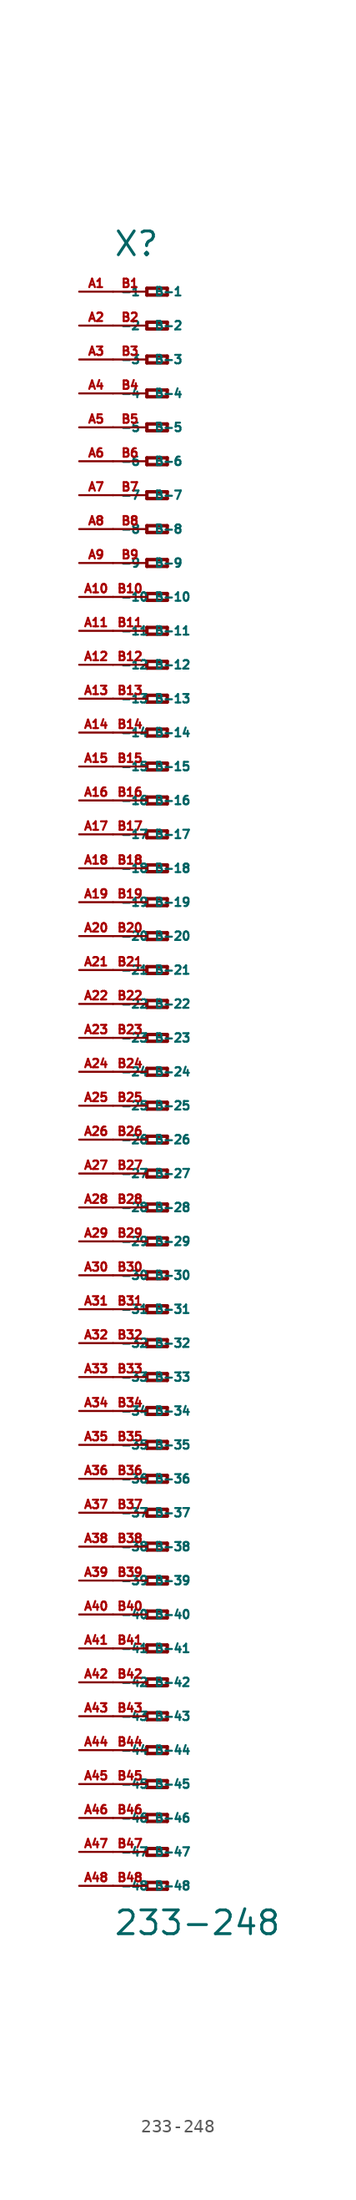
<source format=kicad_sym>
(kicad_symbol_lib
  (version 20220914)
  (generator Eagle2Kicad)
  (symbol "233-248"
    (property "Reference" "X"
      (at -5.08 60.96 0)
      (effects (font (size 1.778 1.778) (thickness 0.22)) (justify left bottom)))
    (property "Value" "233-248"
      (at -5.08 -64.77 0)
      (effects (font (size 1.778 1.778) (thickness 0.22)) (justify left bottom)))
    (polyline
      (pts (xy -2.54 58.674) (xy -2.54 58.166))
      (stroke (width 0.254) (type default))
      (fill (type none)))
    (polyline
      (pts (xy -2.54 58.166) (xy -1.016 58.166))
      (stroke (width 0.254) (type default))
      (fill (type none)))
    (polyline
      (pts (xy -1.016 58.166) (xy -1.016 58.674))
      (stroke (width 0.254) (type default))
      (fill (type none)))
    (polyline
      (pts (xy -1.016 58.674) (xy -2.54 58.674))
      (stroke (width 0.254) (type default))
      (fill (type none)))
    (polyline
      (pts (xy -2.54 56.134) (xy -2.54 55.626))
      (stroke (width 0.254) (type default))
      (fill (type none)))
    (polyline
      (pts (xy -2.54 55.626) (xy -1.016 55.626))
      (stroke (width 0.254) (type default))
      (fill (type none)))
    (polyline
      (pts (xy -1.016 55.626) (xy -1.016 56.134))
      (stroke (width 0.254) (type default))
      (fill (type none)))
    (polyline
      (pts (xy -1.016 56.134) (xy -2.54 56.134))
      (stroke (width 0.254) (type default))
      (fill (type none)))
    (polyline
      (pts (xy -2.54 53.594) (xy -2.54 53.086))
      (stroke (width 0.254) (type default))
      (fill (type none)))
    (polyline
      (pts (xy -2.54 53.086) (xy -1.016 53.086))
      (stroke (width 0.254) (type default))
      (fill (type none)))
    (polyline
      (pts (xy -1.016 53.086) (xy -1.016 53.594))
      (stroke (width 0.254) (type default))
      (fill (type none)))
    (polyline
      (pts (xy -1.016 53.594) (xy -2.54 53.594))
      (stroke (width 0.254) (type default))
      (fill (type none)))
    (polyline
      (pts (xy -2.54 51.054) (xy -2.54 50.546))
      (stroke (width 0.254) (type default))
      (fill (type none)))
    (polyline
      (pts (xy -2.54 50.546) (xy -1.016 50.546))
      (stroke (width 0.254) (type default))
      (fill (type none)))
    (polyline
      (pts (xy -1.016 50.546) (xy -1.016 51.054))
      (stroke (width 0.254) (type default))
      (fill (type none)))
    (polyline
      (pts (xy -1.016 51.054) (xy -2.54 51.054))
      (stroke (width 0.254) (type default))
      (fill (type none)))
    (polyline
      (pts (xy -2.54 48.514) (xy -2.54 48.006))
      (stroke (width 0.254) (type default))
      (fill (type none)))
    (polyline
      (pts (xy -2.54 48.006) (xy -1.016 48.006))
      (stroke (width 0.254) (type default))
      (fill (type none)))
    (polyline
      (pts (xy -1.016 48.006) (xy -1.016 48.514))
      (stroke (width 0.254) (type default))
      (fill (type none)))
    (polyline
      (pts (xy -1.016 48.514) (xy -2.54 48.514))
      (stroke (width 0.254) (type default))
      (fill (type none)))
    (polyline
      (pts (xy -2.54 45.974) (xy -2.54 45.466))
      (stroke (width 0.254) (type default))
      (fill (type none)))
    (polyline
      (pts (xy -2.54 45.466) (xy -1.016 45.466))
      (stroke (width 0.254) (type default))
      (fill (type none)))
    (polyline
      (pts (xy -1.016 45.466) (xy -1.016 45.974))
      (stroke (width 0.254) (type default))
      (fill (type none)))
    (polyline
      (pts (xy -1.016 45.974) (xy -2.54 45.974))
      (stroke (width 0.254) (type default))
      (fill (type none)))
    (polyline
      (pts (xy -2.54 43.434) (xy -2.54 42.926))
      (stroke (width 0.254) (type default))
      (fill (type none)))
    (polyline
      (pts (xy -2.54 42.926) (xy -1.016 42.926))
      (stroke (width 0.254) (type default))
      (fill (type none)))
    (polyline
      (pts (xy -1.016 42.926) (xy -1.016 43.434))
      (stroke (width 0.254) (type default))
      (fill (type none)))
    (polyline
      (pts (xy -1.016 43.434) (xy -2.54 43.434))
      (stroke (width 0.254) (type default))
      (fill (type none)))
    (polyline
      (pts (xy -2.54 40.894) (xy -2.54 40.386))
      (stroke (width 0.254) (type default))
      (fill (type none)))
    (polyline
      (pts (xy -2.54 40.386) (xy -1.016 40.386))
      (stroke (width 0.254) (type default))
      (fill (type none)))
    (polyline
      (pts (xy -1.016 40.386) (xy -1.016 40.894))
      (stroke (width 0.254) (type default))
      (fill (type none)))
    (polyline
      (pts (xy -1.016 40.894) (xy -2.54 40.894))
      (stroke (width 0.254) (type default))
      (fill (type none)))
    (polyline
      (pts (xy -2.54 38.354) (xy -2.54 37.846))
      (stroke (width 0.254) (type default))
      (fill (type none)))
    (polyline
      (pts (xy -2.54 37.846) (xy -1.016 37.846))
      (stroke (width 0.254) (type default))
      (fill (type none)))
    (polyline
      (pts (xy -1.016 37.846) (xy -1.016 38.354))
      (stroke (width 0.254) (type default))
      (fill (type none)))
    (polyline
      (pts (xy -1.016 38.354) (xy -2.54 38.354))
      (stroke (width 0.254) (type default))
      (fill (type none)))
    (polyline
      (pts (xy -2.54 35.814) (xy -2.54 35.306))
      (stroke (width 0.254) (type default))
      (fill (type none)))
    (polyline
      (pts (xy -2.54 35.306) (xy -1.016 35.306))
      (stroke (width 0.254) (type default))
      (fill (type none)))
    (polyline
      (pts (xy -1.016 35.306) (xy -1.016 35.814))
      (stroke (width 0.254) (type default))
      (fill (type none)))
    (polyline
      (pts (xy -1.016 35.814) (xy -2.54 35.814))
      (stroke (width 0.254) (type default))
      (fill (type none)))
    (polyline
      (pts (xy -2.54 33.274) (xy -2.54 32.766))
      (stroke (width 0.254) (type default))
      (fill (type none)))
    (polyline
      (pts (xy -2.54 32.766) (xy -1.016 32.766))
      (stroke (width 0.254) (type default))
      (fill (type none)))
    (polyline
      (pts (xy -1.016 32.766) (xy -1.016 33.274))
      (stroke (width 0.254) (type default))
      (fill (type none)))
    (polyline
      (pts (xy -1.016 33.274) (xy -2.54 33.274))
      (stroke (width 0.254) (type default))
      (fill (type none)))
    (polyline
      (pts (xy -2.54 30.734) (xy -2.54 30.226))
      (stroke (width 0.254) (type default))
      (fill (type none)))
    (polyline
      (pts (xy -2.54 30.226) (xy -1.016 30.226))
      (stroke (width 0.254) (type default))
      (fill (type none)))
    (polyline
      (pts (xy -1.016 30.226) (xy -1.016 30.734))
      (stroke (width 0.254) (type default))
      (fill (type none)))
    (polyline
      (pts (xy -1.016 30.734) (xy -2.54 30.734))
      (stroke (width 0.254) (type default))
      (fill (type none)))
    (polyline
      (pts (xy -2.54 28.194) (xy -2.54 27.686))
      (stroke (width 0.254) (type default))
      (fill (type none)))
    (polyline
      (pts (xy -2.54 27.686) (xy -1.016 27.686))
      (stroke (width 0.254) (type default))
      (fill (type none)))
    (polyline
      (pts (xy -1.016 27.686) (xy -1.016 28.194))
      (stroke (width 0.254) (type default))
      (fill (type none)))
    (polyline
      (pts (xy -1.016 28.194) (xy -2.54 28.194))
      (stroke (width 0.254) (type default))
      (fill (type none)))
    (polyline
      (pts (xy -2.54 25.654) (xy -2.54 25.146))
      (stroke (width 0.254) (type default))
      (fill (type none)))
    (polyline
      (pts (xy -2.54 25.146) (xy -1.016 25.146))
      (stroke (width 0.254) (type default))
      (fill (type none)))
    (polyline
      (pts (xy -1.016 25.146) (xy -1.016 25.654))
      (stroke (width 0.254) (type default))
      (fill (type none)))
    (polyline
      (pts (xy -1.016 25.654) (xy -2.54 25.654))
      (stroke (width 0.254) (type default))
      (fill (type none)))
    (polyline
      (pts (xy -2.54 23.114) (xy -2.54 22.606))
      (stroke (width 0.254) (type default))
      (fill (type none)))
    (polyline
      (pts (xy -2.54 22.606) (xy -1.016 22.606))
      (stroke (width 0.254) (type default))
      (fill (type none)))
    (polyline
      (pts (xy -1.016 22.606) (xy -1.016 23.114))
      (stroke (width 0.254) (type default))
      (fill (type none)))
    (polyline
      (pts (xy -1.016 23.114) (xy -2.54 23.114))
      (stroke (width 0.254) (type default))
      (fill (type none)))
    (polyline
      (pts (xy -2.54 20.574) (xy -2.54 20.066))
      (stroke (width 0.254) (type default))
      (fill (type none)))
    (polyline
      (pts (xy -2.54 20.066) (xy -1.016 20.066))
      (stroke (width 0.254) (type default))
      (fill (type none)))
    (polyline
      (pts (xy -1.016 20.066) (xy -1.016 20.574))
      (stroke (width 0.254) (type default))
      (fill (type none)))
    (polyline
      (pts (xy -1.016 20.574) (xy -2.54 20.574))
      (stroke (width 0.254) (type default))
      (fill (type none)))
    (polyline
      (pts (xy -2.54 18.034) (xy -2.54 17.526))
      (stroke (width 0.254) (type default))
      (fill (type none)))
    (polyline
      (pts (xy -2.54 17.526) (xy -1.016 17.526))
      (stroke (width 0.254) (type default))
      (fill (type none)))
    (polyline
      (pts (xy -1.016 17.526) (xy -1.016 18.034))
      (stroke (width 0.254) (type default))
      (fill (type none)))
    (polyline
      (pts (xy -1.016 18.034) (xy -2.54 18.034))
      (stroke (width 0.254) (type default))
      (fill (type none)))
    (polyline
      (pts (xy -2.54 15.494) (xy -2.54 14.986))
      (stroke (width 0.254) (type default))
      (fill (type none)))
    (polyline
      (pts (xy -2.54 14.986) (xy -1.016 14.986))
      (stroke (width 0.254) (type default))
      (fill (type none)))
    (polyline
      (pts (xy -1.016 14.986) (xy -1.016 15.494))
      (stroke (width 0.254) (type default))
      (fill (type none)))
    (polyline
      (pts (xy -1.016 15.494) (xy -2.54 15.494))
      (stroke (width 0.254) (type default))
      (fill (type none)))
    (polyline
      (pts (xy -2.54 12.954) (xy -2.54 12.446))
      (stroke (width 0.254) (type default))
      (fill (type none)))
    (polyline
      (pts (xy -2.54 12.446) (xy -1.016 12.446))
      (stroke (width 0.254) (type default))
      (fill (type none)))
    (polyline
      (pts (xy -1.016 12.446) (xy -1.016 12.954))
      (stroke (width 0.254) (type default))
      (fill (type none)))
    (polyline
      (pts (xy -1.016 12.954) (xy -2.54 12.954))
      (stroke (width 0.254) (type default))
      (fill (type none)))
    (polyline
      (pts (xy -2.54 10.414) (xy -2.54 9.906))
      (stroke (width 0.254) (type default))
      (fill (type none)))
    (polyline
      (pts (xy -2.54 9.906) (xy -1.016 9.906))
      (stroke (width 0.254) (type default))
      (fill (type none)))
    (polyline
      (pts (xy -1.016 9.906) (xy -1.016 10.414))
      (stroke (width 0.254) (type default))
      (fill (type none)))
    (polyline
      (pts (xy -1.016 10.414) (xy -2.54 10.414))
      (stroke (width 0.254) (type default))
      (fill (type none)))
    (polyline
      (pts (xy -2.54 7.874) (xy -2.54 7.366))
      (stroke (width 0.254) (type default))
      (fill (type none)))
    (polyline
      (pts (xy -2.54 7.366) (xy -1.016 7.366))
      (stroke (width 0.254) (type default))
      (fill (type none)))
    (polyline
      (pts (xy -1.016 7.366) (xy -1.016 7.874))
      (stroke (width 0.254) (type default))
      (fill (type none)))
    (polyline
      (pts (xy -1.016 7.874) (xy -2.54 7.874))
      (stroke (width 0.254) (type default))
      (fill (type none)))
    (polyline
      (pts (xy -2.54 5.334) (xy -2.54 4.826))
      (stroke (width 0.254) (type default))
      (fill (type none)))
    (polyline
      (pts (xy -2.54 4.826) (xy -1.016 4.826))
      (stroke (width 0.254) (type default))
      (fill (type none)))
    (polyline
      (pts (xy -1.016 4.826) (xy -1.016 5.334))
      (stroke (width 0.254) (type default))
      (fill (type none)))
    (polyline
      (pts (xy -1.016 5.334) (xy -2.54 5.334))
      (stroke (width 0.254) (type default))
      (fill (type none)))
    (polyline
      (pts (xy -2.54 2.794) (xy -2.54 2.286))
      (stroke (width 0.254) (type default))
      (fill (type none)))
    (polyline
      (pts (xy -2.54 2.286) (xy -1.016 2.286))
      (stroke (width 0.254) (type default))
      (fill (type none)))
    (polyline
      (pts (xy -1.016 2.286) (xy -1.016 2.794))
      (stroke (width 0.254) (type default))
      (fill (type none)))
    (polyline
      (pts (xy -1.016 2.794) (xy -2.54 2.794))
      (stroke (width 0.254) (type default))
      (fill (type none)))
    (polyline
      (pts (xy -2.54 0.254) (xy -2.54 -0.254))
      (stroke (width 0.254) (type default))
      (fill (type none)))
    (polyline
      (pts (xy -2.54 -0.254) (xy -1.016 -0.254))
      (stroke (width 0.254) (type default))
      (fill (type none)))
    (polyline
      (pts (xy -1.016 -0.254) (xy -1.016 0.254))
      (stroke (width 0.254) (type default))
      (fill (type none)))
    (polyline
      (pts (xy -1.016 0.254) (xy -2.54 0.254))
      (stroke (width 0.254) (type default))
      (fill (type none)))
    (polyline
      (pts (xy -2.54 -2.286) (xy -2.54 -2.794))
      (stroke (width 0.254) (type default))
      (fill (type none)))
    (polyline
      (pts (xy -2.54 -2.794) (xy -1.016 -2.794))
      (stroke (width 0.254) (type default))
      (fill (type none)))
    (polyline
      (pts (xy -1.016 -2.794) (xy -1.016 -2.286))
      (stroke (width 0.254) (type default))
      (fill (type none)))
    (polyline
      (pts (xy -1.016 -2.286) (xy -2.54 -2.286))
      (stroke (width 0.254) (type default))
      (fill (type none)))
    (polyline
      (pts (xy -2.54 -4.826) (xy -2.54 -5.334))
      (stroke (width 0.254) (type default))
      (fill (type none)))
    (polyline
      (pts (xy -2.54 -5.334) (xy -1.016 -5.334))
      (stroke (width 0.254) (type default))
      (fill (type none)))
    (polyline
      (pts (xy -1.016 -5.334) (xy -1.016 -4.826))
      (stroke (width 0.254) (type default))
      (fill (type none)))
    (polyline
      (pts (xy -1.016 -4.826) (xy -2.54 -4.826))
      (stroke (width 0.254) (type default))
      (fill (type none)))
    (polyline
      (pts (xy -2.54 -7.366) (xy -2.54 -7.874))
      (stroke (width 0.254) (type default))
      (fill (type none)))
    (polyline
      (pts (xy -2.54 -7.874) (xy -1.016 -7.874))
      (stroke (width 0.254) (type default))
      (fill (type none)))
    (polyline
      (pts (xy -1.016 -7.874) (xy -1.016 -7.366))
      (stroke (width 0.254) (type default))
      (fill (type none)))
    (polyline
      (pts (xy -1.016 -7.366) (xy -2.54 -7.366))
      (stroke (width 0.254) (type default))
      (fill (type none)))
    (polyline
      (pts (xy -2.54 -9.906) (xy -2.54 -10.414))
      (stroke (width 0.254) (type default))
      (fill (type none)))
    (polyline
      (pts (xy -2.54 -10.414) (xy -1.016 -10.414))
      (stroke (width 0.254) (type default))
      (fill (type none)))
    (polyline
      (pts (xy -1.016 -10.414) (xy -1.016 -9.906))
      (stroke (width 0.254) (type default))
      (fill (type none)))
    (polyline
      (pts (xy -1.016 -9.906) (xy -2.54 -9.906))
      (stroke (width 0.254) (type default))
      (fill (type none)))
    (polyline
      (pts (xy -2.54 -12.446) (xy -2.54 -12.954))
      (stroke (width 0.254) (type default))
      (fill (type none)))
    (polyline
      (pts (xy -2.54 -12.954) (xy -1.016 -12.954))
      (stroke (width 0.254) (type default))
      (fill (type none)))
    (polyline
      (pts (xy -1.016 -12.954) (xy -1.016 -12.446))
      (stroke (width 0.254) (type default))
      (fill (type none)))
    (polyline
      (pts (xy -1.016 -12.446) (xy -2.54 -12.446))
      (stroke (width 0.254) (type default))
      (fill (type none)))
    (polyline
      (pts (xy -2.54 -14.986) (xy -2.54 -15.494))
      (stroke (width 0.254) (type default))
      (fill (type none)))
    (polyline
      (pts (xy -2.54 -15.494) (xy -1.016 -15.494))
      (stroke (width 0.254) (type default))
      (fill (type none)))
    (polyline
      (pts (xy -1.016 -15.494) (xy -1.016 -14.986))
      (stroke (width 0.254) (type default))
      (fill (type none)))
    (polyline
      (pts (xy -1.016 -14.986) (xy -2.54 -14.986))
      (stroke (width 0.254) (type default))
      (fill (type none)))
    (polyline
      (pts (xy -2.54 -17.526) (xy -2.54 -18.034))
      (stroke (width 0.254) (type default))
      (fill (type none)))
    (polyline
      (pts (xy -2.54 -18.034) (xy -1.016 -18.034))
      (stroke (width 0.254) (type default))
      (fill (type none)))
    (polyline
      (pts (xy -1.016 -18.034) (xy -1.016 -17.526))
      (stroke (width 0.254) (type default))
      (fill (type none)))
    (polyline
      (pts (xy -1.016 -17.526) (xy -2.54 -17.526))
      (stroke (width 0.254) (type default))
      (fill (type none)))
    (polyline
      (pts (xy -2.54 -20.066) (xy -2.54 -20.574))
      (stroke (width 0.254) (type default))
      (fill (type none)))
    (polyline
      (pts (xy -2.54 -20.574) (xy -1.016 -20.574))
      (stroke (width 0.254) (type default))
      (fill (type none)))
    (polyline
      (pts (xy -1.016 -20.574) (xy -1.016 -20.066))
      (stroke (width 0.254) (type default))
      (fill (type none)))
    (polyline
      (pts (xy -1.016 -20.066) (xy -2.54 -20.066))
      (stroke (width 0.254) (type default))
      (fill (type none)))
    (polyline
      (pts (xy -2.54 -22.606) (xy -2.54 -23.114))
      (stroke (width 0.254) (type default))
      (fill (type none)))
    (polyline
      (pts (xy -2.54 -23.114) (xy -1.016 -23.114))
      (stroke (width 0.254) (type default))
      (fill (type none)))
    (polyline
      (pts (xy -1.016 -23.114) (xy -1.016 -22.606))
      (stroke (width 0.254) (type default))
      (fill (type none)))
    (polyline
      (pts (xy -1.016 -22.606) (xy -2.54 -22.606))
      (stroke (width 0.254) (type default))
      (fill (type none)))
    (polyline
      (pts (xy -2.54 -25.146) (xy -2.54 -25.654))
      (stroke (width 0.254) (type default))
      (fill (type none)))
    (polyline
      (pts (xy -2.54 -25.654) (xy -1.016 -25.654))
      (stroke (width 0.254) (type default))
      (fill (type none)))
    (polyline
      (pts (xy -1.016 -25.654) (xy -1.016 -25.146))
      (stroke (width 0.254) (type default))
      (fill (type none)))
    (polyline
      (pts (xy -1.016 -25.146) (xy -2.54 -25.146))
      (stroke (width 0.254) (type default))
      (fill (type none)))
    (polyline
      (pts (xy -2.54 -27.686) (xy -2.54 -28.194))
      (stroke (width 0.254) (type default))
      (fill (type none)))
    (polyline
      (pts (xy -2.54 -28.194) (xy -1.016 -28.194))
      (stroke (width 0.254) (type default))
      (fill (type none)))
    (polyline
      (pts (xy -1.016 -28.194) (xy -1.016 -27.686))
      (stroke (width 0.254) (type default))
      (fill (type none)))
    (polyline
      (pts (xy -1.016 -27.686) (xy -2.54 -27.686))
      (stroke (width 0.254) (type default))
      (fill (type none)))
    (polyline
      (pts (xy -2.54 -30.226) (xy -2.54 -30.734))
      (stroke (width 0.254) (type default))
      (fill (type none)))
    (polyline
      (pts (xy -2.54 -30.734) (xy -1.016 -30.734))
      (stroke (width 0.254) (type default))
      (fill (type none)))
    (polyline
      (pts (xy -1.016 -30.734) (xy -1.016 -30.226))
      (stroke (width 0.254) (type default))
      (fill (type none)))
    (polyline
      (pts (xy -1.016 -30.226) (xy -2.54 -30.226))
      (stroke (width 0.254) (type default))
      (fill (type none)))
    (polyline
      (pts (xy -2.54 -32.766) (xy -2.54 -33.274))
      (stroke (width 0.254) (type default))
      (fill (type none)))
    (polyline
      (pts (xy -2.54 -33.274) (xy -1.016 -33.274))
      (stroke (width 0.254) (type default))
      (fill (type none)))
    (polyline
      (pts (xy -1.016 -33.274) (xy -1.016 -32.766))
      (stroke (width 0.254) (type default))
      (fill (type none)))
    (polyline
      (pts (xy -1.016 -32.766) (xy -2.54 -32.766))
      (stroke (width 0.254) (type default))
      (fill (type none)))
    (polyline
      (pts (xy -2.54 -35.306) (xy -2.54 -35.814))
      (stroke (width 0.254) (type default))
      (fill (type none)))
    (polyline
      (pts (xy -2.54 -35.814) (xy -1.016 -35.814))
      (stroke (width 0.254) (type default))
      (fill (type none)))
    (polyline
      (pts (xy -1.016 -35.814) (xy -1.016 -35.306))
      (stroke (width 0.254) (type default))
      (fill (type none)))
    (polyline
      (pts (xy -1.016 -35.306) (xy -2.54 -35.306))
      (stroke (width 0.254) (type default))
      (fill (type none)))
    (polyline
      (pts (xy -2.54 -37.846) (xy -2.54 -38.354))
      (stroke (width 0.254) (type default))
      (fill (type none)))
    (polyline
      (pts (xy -2.54 -38.354) (xy -1.016 -38.354))
      (stroke (width 0.254) (type default))
      (fill (type none)))
    (polyline
      (pts (xy -1.016 -38.354) (xy -1.016 -37.846))
      (stroke (width 0.254) (type default))
      (fill (type none)))
    (polyline
      (pts (xy -1.016 -37.846) (xy -2.54 -37.846))
      (stroke (width 0.254) (type default))
      (fill (type none)))
    (polyline
      (pts (xy -2.54 -40.386) (xy -2.54 -40.894))
      (stroke (width 0.254) (type default))
      (fill (type none)))
    (polyline
      (pts (xy -2.54 -40.894) (xy -1.016 -40.894))
      (stroke (width 0.254) (type default))
      (fill (type none)))
    (polyline
      (pts (xy -1.016 -40.894) (xy -1.016 -40.386))
      (stroke (width 0.254) (type default))
      (fill (type none)))
    (polyline
      (pts (xy -1.016 -40.386) (xy -2.54 -40.386))
      (stroke (width 0.254) (type default))
      (fill (type none)))
    (polyline
      (pts (xy -2.54 -42.926) (xy -2.54 -43.434))
      (stroke (width 0.254) (type default))
      (fill (type none)))
    (polyline
      (pts (xy -2.54 -43.434) (xy -1.016 -43.434))
      (stroke (width 0.254) (type default))
      (fill (type none)))
    (polyline
      (pts (xy -1.016 -43.434) (xy -1.016 -42.926))
      (stroke (width 0.254) (type default))
      (fill (type none)))
    (polyline
      (pts (xy -1.016 -42.926) (xy -2.54 -42.926))
      (stroke (width 0.254) (type default))
      (fill (type none)))
    (polyline
      (pts (xy -2.54 -45.466) (xy -2.54 -45.974))
      (stroke (width 0.254) (type default))
      (fill (type none)))
    (polyline
      (pts (xy -2.54 -45.974) (xy -1.016 -45.974))
      (stroke (width 0.254) (type default))
      (fill (type none)))
    (polyline
      (pts (xy -1.016 -45.974) (xy -1.016 -45.466))
      (stroke (width 0.254) (type default))
      (fill (type none)))
    (polyline
      (pts (xy -1.016 -45.466) (xy -2.54 -45.466))
      (stroke (width 0.254) (type default))
      (fill (type none)))
    (polyline
      (pts (xy -2.54 -48.006) (xy -2.54 -48.514))
      (stroke (width 0.254) (type default))
      (fill (type none)))
    (polyline
      (pts (xy -2.54 -48.514) (xy -1.016 -48.514))
      (stroke (width 0.254) (type default))
      (fill (type none)))
    (polyline
      (pts (xy -1.016 -48.514) (xy -1.016 -48.006))
      (stroke (width 0.254) (type default))
      (fill (type none)))
    (polyline
      (pts (xy -1.016 -48.006) (xy -2.54 -48.006))
      (stroke (width 0.254) (type default))
      (fill (type none)))
    (polyline
      (pts (xy -2.54 -50.546) (xy -2.54 -51.054))
      (stroke (width 0.254) (type default))
      (fill (type none)))
    (polyline
      (pts (xy -2.54 -51.054) (xy -1.016 -51.054))
      (stroke (width 0.254) (type default))
      (fill (type none)))
    (polyline
      (pts (xy -1.016 -51.054) (xy -1.016 -50.546))
      (stroke (width 0.254) (type default))
      (fill (type none)))
    (polyline
      (pts (xy -1.016 -50.546) (xy -2.54 -50.546))
      (stroke (width 0.254) (type default))
      (fill (type none)))
    (polyline
      (pts (xy -2.54 -53.086) (xy -2.54 -53.594))
      (stroke (width 0.254) (type default))
      (fill (type none)))
    (polyline
      (pts (xy -2.54 -53.594) (xy -1.016 -53.594))
      (stroke (width 0.254) (type default))
      (fill (type none)))
    (polyline
      (pts (xy -1.016 -53.594) (xy -1.016 -53.086))
      (stroke (width 0.254) (type default))
      (fill (type none)))
    (polyline
      (pts (xy -1.016 -53.086) (xy -2.54 -53.086))
      (stroke (width 0.254) (type default))
      (fill (type none)))
    (polyline
      (pts (xy -2.54 -55.626) (xy -2.54 -56.134))
      (stroke (width 0.254) (type default))
      (fill (type none)))
    (polyline
      (pts (xy -2.54 -56.134) (xy -1.016 -56.134))
      (stroke (width 0.254) (type default))
      (fill (type none)))
    (polyline
      (pts (xy -1.016 -56.134) (xy -1.016 -55.626))
      (stroke (width 0.254) (type default))
      (fill (type none)))
    (polyline
      (pts (xy -1.016 -55.626) (xy -2.54 -55.626))
      (stroke (width 0.254) (type default))
      (fill (type none)))
    (polyline
      (pts (xy -2.54 -58.166) (xy -2.54 -58.674))
      (stroke (width 0.254) (type default))
      (fill (type none)))
    (polyline
      (pts (xy -2.54 -58.674) (xy -1.016 -58.674))
      (stroke (width 0.254) (type default))
      (fill (type none)))
    (polyline
      (pts (xy -1.016 -58.674) (xy -1.016 -58.166))
      (stroke (width 0.254) (type default))
      (fill (type none)))
    (polyline
      (pts (xy -1.016 -58.166) (xy -2.54 -58.166))
      (stroke (width 0.254) (type default))
      (fill (type none)))
    (polyline
      (pts (xy -2.54 -60.706) (xy -2.54 -61.214))
      (stroke (width 0.254) (type default))
      (fill (type none)))
    (polyline
      (pts (xy -2.54 -61.214) (xy -1.016 -61.214))
      (stroke (width 0.254) (type default))
      (fill (type none)))
    (polyline
      (pts (xy -1.016 -61.214) (xy -1.016 -60.706))
      (stroke (width 0.254) (type default))
      (fill (type none)))
    (polyline
      (pts (xy -1.016 -60.706) (xy -2.54 -60.706))
      (stroke (width 0.254) (type default))
      (fill (type none)))
    (pin passive line
      (at -7.62 58.42 0)
      (length 2.54)
      (name "-1" (effects (font (size 0.635 0.635) (thickness 0.08)) (justify left bottom)))
      (number "A1" (effects (font (size 0.635 0.635) (thickness 0.08)) (justify left bottom))))
    (pin passive line
      (at -7.62 55.88 0)
      (length 2.54)
      (name "-2" (effects (font (size 0.635 0.635) (thickness 0.08)) (justify left bottom)))
      (number "A2" (effects (font (size 0.635 0.635) (thickness 0.08)) (justify left bottom))))
    (pin passive line
      (at -7.62 53.34 0)
      (length 2.54)
      (name "-3" (effects (font (size 0.635 0.635) (thickness 0.08)) (justify left bottom)))
      (number "A3" (effects (font (size 0.635 0.635) (thickness 0.08)) (justify left bottom))))
    (pin passive line
      (at -7.62 50.8 0)
      (length 2.54)
      (name "-4" (effects (font (size 0.635 0.635) (thickness 0.08)) (justify left bottom)))
      (number "A4" (effects (font (size 0.635 0.635) (thickness 0.08)) (justify left bottom))))
    (pin passive line
      (at -7.62 48.26 0)
      (length 2.54)
      (name "-5" (effects (font (size 0.635 0.635) (thickness 0.08)) (justify left bottom)))
      (number "A5" (effects (font (size 0.635 0.635) (thickness 0.08)) (justify left bottom))))
    (pin passive line
      (at -7.62 45.72 0)
      (length 2.54)
      (name "-6" (effects (font (size 0.635 0.635) (thickness 0.08)) (justify left bottom)))
      (number "A6" (effects (font (size 0.635 0.635) (thickness 0.08)) (justify left bottom))))
    (pin passive line
      (at -7.62 43.18 0)
      (length 2.54)
      (name "-7" (effects (font (size 0.635 0.635) (thickness 0.08)) (justify left bottom)))
      (number "A7" (effects (font (size 0.635 0.635) (thickness 0.08)) (justify left bottom))))
    (pin passive line
      (at -7.62 40.64 0)
      (length 2.54)
      (name "-8" (effects (font (size 0.635 0.635) (thickness 0.08)) (justify left bottom)))
      (number "A8" (effects (font (size 0.635 0.635) (thickness 0.08)) (justify left bottom))))
    (pin passive line
      (at -7.62 38.1 0)
      (length 2.54)
      (name "-9" (effects (font (size 0.635 0.635) (thickness 0.08)) (justify left bottom)))
      (number "A9" (effects (font (size 0.635 0.635) (thickness 0.08)) (justify left bottom))))
    (pin passive line
      (at -7.62 35.56 0)
      (length 2.54)
      (name "-10" (effects (font (size 0.635 0.635) (thickness 0.08)) (justify left bottom)))
      (number "A10" (effects (font (size 0.635 0.635) (thickness 0.08)) (justify left bottom))))
    (pin passive line
      (at -7.62 33.02 0)
      (length 2.54)
      (name "-11" (effects (font (size 0.635 0.635) (thickness 0.08)) (justify left bottom)))
      (number "A11" (effects (font (size 0.635 0.635) (thickness 0.08)) (justify left bottom))))
    (pin passive line
      (at -7.62 30.48 0)
      (length 2.54)
      (name "-12" (effects (font (size 0.635 0.635) (thickness 0.08)) (justify left bottom)))
      (number "A12" (effects (font (size 0.635 0.635) (thickness 0.08)) (justify left bottom))))
    (pin passive line
      (at -7.62 27.94 0)
      (length 2.54)
      (name "-13" (effects (font (size 0.635 0.635) (thickness 0.08)) (justify left bottom)))
      (number "A13" (effects (font (size 0.635 0.635) (thickness 0.08)) (justify left bottom))))
    (pin passive line
      (at -7.62 25.4 0)
      (length 2.54)
      (name "-14" (effects (font (size 0.635 0.635) (thickness 0.08)) (justify left bottom)))
      (number "A14" (effects (font (size 0.635 0.635) (thickness 0.08)) (justify left bottom))))
    (pin passive line
      (at -7.62 22.86 0)
      (length 2.54)
      (name "-15" (effects (font (size 0.635 0.635) (thickness 0.08)) (justify left bottom)))
      (number "A15" (effects (font (size 0.635 0.635) (thickness 0.08)) (justify left bottom))))
    (pin passive line
      (at -7.62 20.32 0)
      (length 2.54)
      (name "-16" (effects (font (size 0.635 0.635) (thickness 0.08)) (justify left bottom)))
      (number "A16" (effects (font (size 0.635 0.635) (thickness 0.08)) (justify left bottom))))
    (pin passive line
      (at -7.62 17.78 0)
      (length 2.54)
      (name "-17" (effects (font (size 0.635 0.635) (thickness 0.08)) (justify left bottom)))
      (number "A17" (effects (font (size 0.635 0.635) (thickness 0.08)) (justify left bottom))))
    (pin passive line
      (at -7.62 15.24 0)
      (length 2.54)
      (name "-18" (effects (font (size 0.635 0.635) (thickness 0.08)) (justify left bottom)))
      (number "A18" (effects (font (size 0.635 0.635) (thickness 0.08)) (justify left bottom))))
    (pin passive line
      (at -7.62 12.7 0)
      (length 2.54)
      (name "-19" (effects (font (size 0.635 0.635) (thickness 0.08)) (justify left bottom)))
      (number "A19" (effects (font (size 0.635 0.635) (thickness 0.08)) (justify left bottom))))
    (pin passive line
      (at -7.62 10.16 0)
      (length 2.54)
      (name "-20" (effects (font (size 0.635 0.635) (thickness 0.08)) (justify left bottom)))
      (number "A20" (effects (font (size 0.635 0.635) (thickness 0.08)) (justify left bottom))))
    (pin passive line
      (at -7.62 7.62 0)
      (length 2.54)
      (name "-21" (effects (font (size 0.635 0.635) (thickness 0.08)) (justify left bottom)))
      (number "A21" (effects (font (size 0.635 0.635) (thickness 0.08)) (justify left bottom))))
    (pin passive line
      (at -7.62 5.08 0)
      (length 2.54)
      (name "-22" (effects (font (size 0.635 0.635) (thickness 0.08)) (justify left bottom)))
      (number "A22" (effects (font (size 0.635 0.635) (thickness 0.08)) (justify left bottom))))
    (pin passive line
      (at -7.62 2.54 0)
      (length 2.54)
      (name "-23" (effects (font (size 0.635 0.635) (thickness 0.08)) (justify left bottom)))
      (number "A23" (effects (font (size 0.635 0.635) (thickness 0.08)) (justify left bottom))))
    (pin passive line
      (at -7.62 0 0)
      (length 2.54)
      (name "-24" (effects (font (size 0.635 0.635) (thickness 0.08)) (justify left bottom)))
      (number "A24" (effects (font (size 0.635 0.635) (thickness 0.08)) (justify left bottom))))
    (pin passive line
      (at -7.62 -2.54 0)
      (length 2.54)
      (name "-25" (effects (font (size 0.635 0.635) (thickness 0.08)) (justify left bottom)))
      (number "A25" (effects (font (size 0.635 0.635) (thickness 0.08)) (justify left bottom))))
    (pin passive line
      (at -7.62 -5.08 0)
      (length 2.54)
      (name "-26" (effects (font (size 0.635 0.635) (thickness 0.08)) (justify left bottom)))
      (number "A26" (effects (font (size 0.635 0.635) (thickness 0.08)) (justify left bottom))))
    (pin passive line
      (at -7.62 -7.62 0)
      (length 2.54)
      (name "-27" (effects (font (size 0.635 0.635) (thickness 0.08)) (justify left bottom)))
      (number "A27" (effects (font (size 0.635 0.635) (thickness 0.08)) (justify left bottom))))
    (pin passive line
      (at -7.62 -10.16 0)
      (length 2.54)
      (name "-28" (effects (font (size 0.635 0.635) (thickness 0.08)) (justify left bottom)))
      (number "A28" (effects (font (size 0.635 0.635) (thickness 0.08)) (justify left bottom))))
    (pin passive line
      (at -7.62 -12.7 0)
      (length 2.54)
      (name "-29" (effects (font (size 0.635 0.635) (thickness 0.08)) (justify left bottom)))
      (number "A29" (effects (font (size 0.635 0.635) (thickness 0.08)) (justify left bottom))))
    (pin passive line
      (at -7.62 -15.24 0)
      (length 2.54)
      (name "-30" (effects (font (size 0.635 0.635) (thickness 0.08)) (justify left bottom)))
      (number "A30" (effects (font (size 0.635 0.635) (thickness 0.08)) (justify left bottom))))
    (pin passive line
      (at -7.62 -17.78 0)
      (length 2.54)
      (name "-31" (effects (font (size 0.635 0.635) (thickness 0.08)) (justify left bottom)))
      (number "A31" (effects (font (size 0.635 0.635) (thickness 0.08)) (justify left bottom))))
    (pin passive line
      (at -7.62 -20.32 0)
      (length 2.54)
      (name "-32" (effects (font (size 0.635 0.635) (thickness 0.08)) (justify left bottom)))
      (number "A32" (effects (font (size 0.635 0.635) (thickness 0.08)) (justify left bottom))))
    (pin passive line
      (at -7.62 -22.86 0)
      (length 2.54)
      (name "-33" (effects (font (size 0.635 0.635) (thickness 0.08)) (justify left bottom)))
      (number "A33" (effects (font (size 0.635 0.635) (thickness 0.08)) (justify left bottom))))
    (pin passive line
      (at -7.62 -25.4 0)
      (length 2.54)
      (name "-34" (effects (font (size 0.635 0.635) (thickness 0.08)) (justify left bottom)))
      (number "A34" (effects (font (size 0.635 0.635) (thickness 0.08)) (justify left bottom))))
    (pin passive line
      (at -7.62 -27.94 0)
      (length 2.54)
      (name "-35" (effects (font (size 0.635 0.635) (thickness 0.08)) (justify left bottom)))
      (number "A35" (effects (font (size 0.635 0.635) (thickness 0.08)) (justify left bottom))))
    (pin passive line
      (at -7.62 -30.48 0)
      (length 2.54)
      (name "-36" (effects (font (size 0.635 0.635) (thickness 0.08)) (justify left bottom)))
      (number "A36" (effects (font (size 0.635 0.635) (thickness 0.08)) (justify left bottom))))
    (pin passive line
      (at -7.62 -33.02 0)
      (length 2.54)
      (name "-37" (effects (font (size 0.635 0.635) (thickness 0.08)) (justify left bottom)))
      (number "A37" (effects (font (size 0.635 0.635) (thickness 0.08)) (justify left bottom))))
    (pin passive line
      (at -7.62 -35.56 0)
      (length 2.54)
      (name "-38" (effects (font (size 0.635 0.635) (thickness 0.08)) (justify left bottom)))
      (number "A38" (effects (font (size 0.635 0.635) (thickness 0.08)) (justify left bottom))))
    (pin passive line
      (at -7.62 -38.1 0)
      (length 2.54)
      (name "-39" (effects (font (size 0.635 0.635) (thickness 0.08)) (justify left bottom)))
      (number "A39" (effects (font (size 0.635 0.635) (thickness 0.08)) (justify left bottom))))
    (pin passive line
      (at -7.62 -40.64 0)
      (length 2.54)
      (name "-40" (effects (font (size 0.635 0.635) (thickness 0.08)) (justify left bottom)))
      (number "A40" (effects (font (size 0.635 0.635) (thickness 0.08)) (justify left bottom))))
    (pin passive line
      (at -7.62 -43.18 0)
      (length 2.54)
      (name "-41" (effects (font (size 0.635 0.635) (thickness 0.08)) (justify left bottom)))
      (number "A41" (effects (font (size 0.635 0.635) (thickness 0.08)) (justify left bottom))))
    (pin passive line
      (at -7.62 -45.72 0)
      (length 2.54)
      (name "-42" (effects (font (size 0.635 0.635) (thickness 0.08)) (justify left bottom)))
      (number "A42" (effects (font (size 0.635 0.635) (thickness 0.08)) (justify left bottom))))
    (pin passive line
      (at -7.62 -48.26 0)
      (length 2.54)
      (name "-43" (effects (font (size 0.635 0.635) (thickness 0.08)) (justify left bottom)))
      (number "A43" (effects (font (size 0.635 0.635) (thickness 0.08)) (justify left bottom))))
    (pin passive line
      (at -7.62 -50.8 0)
      (length 2.54)
      (name "-44" (effects (font (size 0.635 0.635) (thickness 0.08)) (justify left bottom)))
      (number "A44" (effects (font (size 0.635 0.635) (thickness 0.08)) (justify left bottom))))
    (pin passive line
      (at -7.62 -53.34 0)
      (length 2.54)
      (name "-45" (effects (font (size 0.635 0.635) (thickness 0.08)) (justify left bottom)))
      (number "A45" (effects (font (size 0.635 0.635) (thickness 0.08)) (justify left bottom))))
    (pin passive line
      (at -7.62 -55.88 0)
      (length 2.54)
      (name "-46" (effects (font (size 0.635 0.635) (thickness 0.08)) (justify left bottom)))
      (number "A46" (effects (font (size 0.635 0.635) (thickness 0.08)) (justify left bottom))))
    (pin passive line
      (at -7.62 -58.42 0)
      (length 2.54)
      (name "-47" (effects (font (size 0.635 0.635) (thickness 0.08)) (justify left bottom)))
      (number "A47" (effects (font (size 0.635 0.635) (thickness 0.08)) (justify left bottom))))
    (pin passive line
      (at -7.62 -60.96 0)
      (length 2.54)
      (name "-48" (effects (font (size 0.635 0.635) (thickness 0.08)) (justify left bottom)))
      (number "A48" (effects (font (size 0.635 0.635) (thickness 0.08)) (justify left bottom))))
    (pin passive line
      (at -5.08 -60.96 0)
      (length 2.54)
      (name "B-48" (effects (font (size 0.635 0.635) (thickness 0.08)) (justify left bottom)))
      (number "B48" (effects (font (size 0.635 0.635) (thickness 0.08)) (justify left bottom))))
    (pin passive line
      (at -5.08 58.42 0)
      (length 2.54)
      (name "B-1" (effects (font (size 0.635 0.635) (thickness 0.08)) (justify left bottom)))
      (number "B1" (effects (font (size 0.635 0.635) (thickness 0.08)) (justify left bottom))))
    (pin passive line
      (at -5.08 55.88 0)
      (length 2.54)
      (name "B-2" (effects (font (size 0.635 0.635) (thickness 0.08)) (justify left bottom)))
      (number "B2" (effects (font (size 0.635 0.635) (thickness 0.08)) (justify left bottom))))
    (pin passive line
      (at -5.08 53.34 0)
      (length 2.54)
      (name "B-3" (effects (font (size 0.635 0.635) (thickness 0.08)) (justify left bottom)))
      (number "B3" (effects (font (size 0.635 0.635) (thickness 0.08)) (justify left bottom))))
    (pin passive line
      (at -5.08 50.8 0)
      (length 2.54)
      (name "B-4" (effects (font (size 0.635 0.635) (thickness 0.08)) (justify left bottom)))
      (number "B4" (effects (font (size 0.635 0.635) (thickness 0.08)) (justify left bottom))))
    (pin passive line
      (at -5.08 48.26 0)
      (length 2.54)
      (name "B-5" (effects (font (size 0.635 0.635) (thickness 0.08)) (justify left bottom)))
      (number "B5" (effects (font (size 0.635 0.635) (thickness 0.08)) (justify left bottom))))
    (pin passive line
      (at -5.08 45.72 0)
      (length 2.54)
      (name "B-6" (effects (font (size 0.635 0.635) (thickness 0.08)) (justify left bottom)))
      (number "B6" (effects (font (size 0.635 0.635) (thickness 0.08)) (justify left bottom))))
    (pin passive line
      (at -5.08 43.18 0)
      (length 2.54)
      (name "B-7" (effects (font (size 0.635 0.635) (thickness 0.08)) (justify left bottom)))
      (number "B7" (effects (font (size 0.635 0.635) (thickness 0.08)) (justify left bottom))))
    (pin passive line
      (at -5.08 40.64 0)
      (length 2.54)
      (name "B-8" (effects (font (size 0.635 0.635) (thickness 0.08)) (justify left bottom)))
      (number "B8" (effects (font (size 0.635 0.635) (thickness 0.08)) (justify left bottom))))
    (pin passive line
      (at -5.08 38.1 0)
      (length 2.54)
      (name "B-9" (effects (font (size 0.635 0.635) (thickness 0.08)) (justify left bottom)))
      (number "B9" (effects (font (size 0.635 0.635) (thickness 0.08)) (justify left bottom))))
    (pin passive line
      (at -5.08 35.56 0)
      (length 2.54)
      (name "B-10" (effects (font (size 0.635 0.635) (thickness 0.08)) (justify left bottom)))
      (number "B10" (effects (font (size 0.635 0.635) (thickness 0.08)) (justify left bottom))))
    (pin passive line
      (at -5.08 33.02 0)
      (length 2.54)
      (name "B-11" (effects (font (size 0.635 0.635) (thickness 0.08)) (justify left bottom)))
      (number "B11" (effects (font (size 0.635 0.635) (thickness 0.08)) (justify left bottom))))
    (pin passive line
      (at -5.08 30.48 0)
      (length 2.54)
      (name "B-12" (effects (font (size 0.635 0.635) (thickness 0.08)) (justify left bottom)))
      (number "B12" (effects (font (size 0.635 0.635) (thickness 0.08)) (justify left bottom))))
    (pin passive line
      (at -5.08 27.94 0)
      (length 2.54)
      (name "B-13" (effects (font (size 0.635 0.635) (thickness 0.08)) (justify left bottom)))
      (number "B13" (effects (font (size 0.635 0.635) (thickness 0.08)) (justify left bottom))))
    (pin passive line
      (at -5.08 25.4 0)
      (length 2.54)
      (name "B-14" (effects (font (size 0.635 0.635) (thickness 0.08)) (justify left bottom)))
      (number "B14" (effects (font (size 0.635 0.635) (thickness 0.08)) (justify left bottom))))
    (pin passive line
      (at -5.08 22.86 0)
      (length 2.54)
      (name "B-15" (effects (font (size 0.635 0.635) (thickness 0.08)) (justify left bottom)))
      (number "B15" (effects (font (size 0.635 0.635) (thickness 0.08)) (justify left bottom))))
    (pin passive line
      (at -5.08 20.32 0)
      (length 2.54)
      (name "B-16" (effects (font (size 0.635 0.635) (thickness 0.08)) (justify left bottom)))
      (number "B16" (effects (font (size 0.635 0.635) (thickness 0.08)) (justify left bottom))))
    (pin passive line
      (at -5.08 17.78 0)
      (length 2.54)
      (name "B-17" (effects (font (size 0.635 0.635) (thickness 0.08)) (justify left bottom)))
      (number "B17" (effects (font (size 0.635 0.635) (thickness 0.08)) (justify left bottom))))
    (pin passive line
      (at -5.08 15.24 0)
      (length 2.54)
      (name "B-18" (effects (font (size 0.635 0.635) (thickness 0.08)) (justify left bottom)))
      (number "B18" (effects (font (size 0.635 0.635) (thickness 0.08)) (justify left bottom))))
    (pin passive line
      (at -5.08 12.7 0)
      (length 2.54)
      (name "B-19" (effects (font (size 0.635 0.635) (thickness 0.08)) (justify left bottom)))
      (number "B19" (effects (font (size 0.635 0.635) (thickness 0.08)) (justify left bottom))))
    (pin passive line
      (at -5.08 10.16 0)
      (length 2.54)
      (name "B-20" (effects (font (size 0.635 0.635) (thickness 0.08)) (justify left bottom)))
      (number "B20" (effects (font (size 0.635 0.635) (thickness 0.08)) (justify left bottom))))
    (pin passive line
      (at -5.08 7.62 0)
      (length 2.54)
      (name "B-21" (effects (font (size 0.635 0.635) (thickness 0.08)) (justify left bottom)))
      (number "B21" (effects (font (size 0.635 0.635) (thickness 0.08)) (justify left bottom))))
    (pin passive line
      (at -5.08 5.08 0)
      (length 2.54)
      (name "B-22" (effects (font (size 0.635 0.635) (thickness 0.08)) (justify left bottom)))
      (number "B22" (effects (font (size 0.635 0.635) (thickness 0.08)) (justify left bottom))))
    (pin passive line
      (at -5.08 2.54 0)
      (length 2.54)
      (name "B-23" (effects (font (size 0.635 0.635) (thickness 0.08)) (justify left bottom)))
      (number "B23" (effects (font (size 0.635 0.635) (thickness 0.08)) (justify left bottom))))
    (pin passive line
      (at -5.08 0 0)
      (length 2.54)
      (name "B-24" (effects (font (size 0.635 0.635) (thickness 0.08)) (justify left bottom)))
      (number "B24" (effects (font (size 0.635 0.635) (thickness 0.08)) (justify left bottom))))
    (pin passive line
      (at -5.08 -2.54 0)
      (length 2.54)
      (name "B-25" (effects (font (size 0.635 0.635) (thickness 0.08)) (justify left bottom)))
      (number "B25" (effects (font (size 0.635 0.635) (thickness 0.08)) (justify left bottom))))
    (pin passive line
      (at -5.08 -5.08 0)
      (length 2.54)
      (name "B-26" (effects (font (size 0.635 0.635) (thickness 0.08)) (justify left bottom)))
      (number "B26" (effects (font (size 0.635 0.635) (thickness 0.08)) (justify left bottom))))
    (pin passive line
      (at -5.08 -7.62 0)
      (length 2.54)
      (name "B-27" (effects (font (size 0.635 0.635) (thickness 0.08)) (justify left bottom)))
      (number "B27" (effects (font (size 0.635 0.635) (thickness 0.08)) (justify left bottom))))
    (pin passive line
      (at -5.08 -10.16 0)
      (length 2.54)
      (name "B-28" (effects (font (size 0.635 0.635) (thickness 0.08)) (justify left bottom)))
      (number "B28" (effects (font (size 0.635 0.635) (thickness 0.08)) (justify left bottom))))
    (pin passive line
      (at -5.08 -12.7 0)
      (length 2.54)
      (name "B-29" (effects (font (size 0.635 0.635) (thickness 0.08)) (justify left bottom)))
      (number "B29" (effects (font (size 0.635 0.635) (thickness 0.08)) (justify left bottom))))
    (pin passive line
      (at -5.08 -15.24 0)
      (length 2.54)
      (name "B-30" (effects (font (size 0.635 0.635) (thickness 0.08)) (justify left bottom)))
      (number "B30" (effects (font (size 0.635 0.635) (thickness 0.08)) (justify left bottom))))
    (pin passive line
      (at -5.08 -17.78 0)
      (length 2.54)
      (name "B-31" (effects (font (size 0.635 0.635) (thickness 0.08)) (justify left bottom)))
      (number "B31" (effects (font (size 0.635 0.635) (thickness 0.08)) (justify left bottom))))
    (pin passive line
      (at -5.08 -20.32 0)
      (length 2.54)
      (name "B-32" (effects (font (size 0.635 0.635) (thickness 0.08)) (justify left bottom)))
      (number "B32" (effects (font (size 0.635 0.635) (thickness 0.08)) (justify left bottom))))
    (pin passive line
      (at -5.08 -22.86 0)
      (length 2.54)
      (name "B-33" (effects (font (size 0.635 0.635) (thickness 0.08)) (justify left bottom)))
      (number "B33" (effects (font (size 0.635 0.635) (thickness 0.08)) (justify left bottom))))
    (pin passive line
      (at -5.08 -25.4 0)
      (length 2.54)
      (name "B-34" (effects (font (size 0.635 0.635) (thickness 0.08)) (justify left bottom)))
      (number "B34" (effects (font (size 0.635 0.635) (thickness 0.08)) (justify left bottom))))
    (pin passive line
      (at -5.08 -27.94 0)
      (length 2.54)
      (name "B-35" (effects (font (size 0.635 0.635) (thickness 0.08)) (justify left bottom)))
      (number "B35" (effects (font (size 0.635 0.635) (thickness 0.08)) (justify left bottom))))
    (pin passive line
      (at -5.08 -30.48 0)
      (length 2.54)
      (name "B-36" (effects (font (size 0.635 0.635) (thickness 0.08)) (justify left bottom)))
      (number "B36" (effects (font (size 0.635 0.635) (thickness 0.08)) (justify left bottom))))
    (pin passive line
      (at -5.08 -33.02 0)
      (length 2.54)
      (name "B-37" (effects (font (size 0.635 0.635) (thickness 0.08)) (justify left bottom)))
      (number "B37" (effects (font (size 0.635 0.635) (thickness 0.08)) (justify left bottom))))
    (pin passive line
      (at -5.08 -35.56 0)
      (length 2.54)
      (name "B-38" (effects (font (size 0.635 0.635) (thickness 0.08)) (justify left bottom)))
      (number "B38" (effects (font (size 0.635 0.635) (thickness 0.08)) (justify left bottom))))
    (pin passive line
      (at -5.08 -38.1 0)
      (length 2.54)
      (name "B-39" (effects (font (size 0.635 0.635) (thickness 0.08)) (justify left bottom)))
      (number "B39" (effects (font (size 0.635 0.635) (thickness 0.08)) (justify left bottom))))
    (pin passive line
      (at -5.08 -40.64 0)
      (length 2.54)
      (name "B-40" (effects (font (size 0.635 0.635) (thickness 0.08)) (justify left bottom)))
      (number "B40" (effects (font (size 0.635 0.635) (thickness 0.08)) (justify left bottom))))
    (pin passive line
      (at -5.08 -43.18 0)
      (length 2.54)
      (name "B-41" (effects (font (size 0.635 0.635) (thickness 0.08)) (justify left bottom)))
      (number "B41" (effects (font (size 0.635 0.635) (thickness 0.08)) (justify left bottom))))
    (pin passive line
      (at -5.08 -45.72 0)
      (length 2.54)
      (name "B-42" (effects (font (size 0.635 0.635) (thickness 0.08)) (justify left bottom)))
      (number "B42" (effects (font (size 0.635 0.635) (thickness 0.08)) (justify left bottom))))
    (pin passive line
      (at -5.08 -48.26 0)
      (length 2.54)
      (name "B-43" (effects (font (size 0.635 0.635) (thickness 0.08)) (justify left bottom)))
      (number "B43" (effects (font (size 0.635 0.635) (thickness 0.08)) (justify left bottom))))
    (pin passive line
      (at -5.08 -50.8 0)
      (length 2.54)
      (name "B-44" (effects (font (size 0.635 0.635) (thickness 0.08)) (justify left bottom)))
      (number "B44" (effects (font (size 0.635 0.635) (thickness 0.08)) (justify left bottom))))
    (pin passive line
      (at -5.08 -53.34 0)
      (length 2.54)
      (name "B-45" (effects (font (size 0.635 0.635) (thickness 0.08)) (justify left bottom)))
      (number "B45" (effects (font (size 0.635 0.635) (thickness 0.08)) (justify left bottom))))
    (pin passive line
      (at -5.08 -55.88 0)
      (length 2.54)
      (name "B-46" (effects (font (size 0.635 0.635) (thickness 0.08)) (justify left bottom)))
      (number "B46" (effects (font (size 0.635 0.635) (thickness 0.08)) (justify left bottom))))
    (pin passive line
      (at -5.08 -58.42 0)
      (length 2.54)
      (name "B-47" (effects (font (size 0.635 0.635) (thickness 0.08)) (justify left bottom)))
      (number "B47" (effects (font (size 0.635 0.635) (thickness 0.08)) (justify left bottom))))))
</source>
